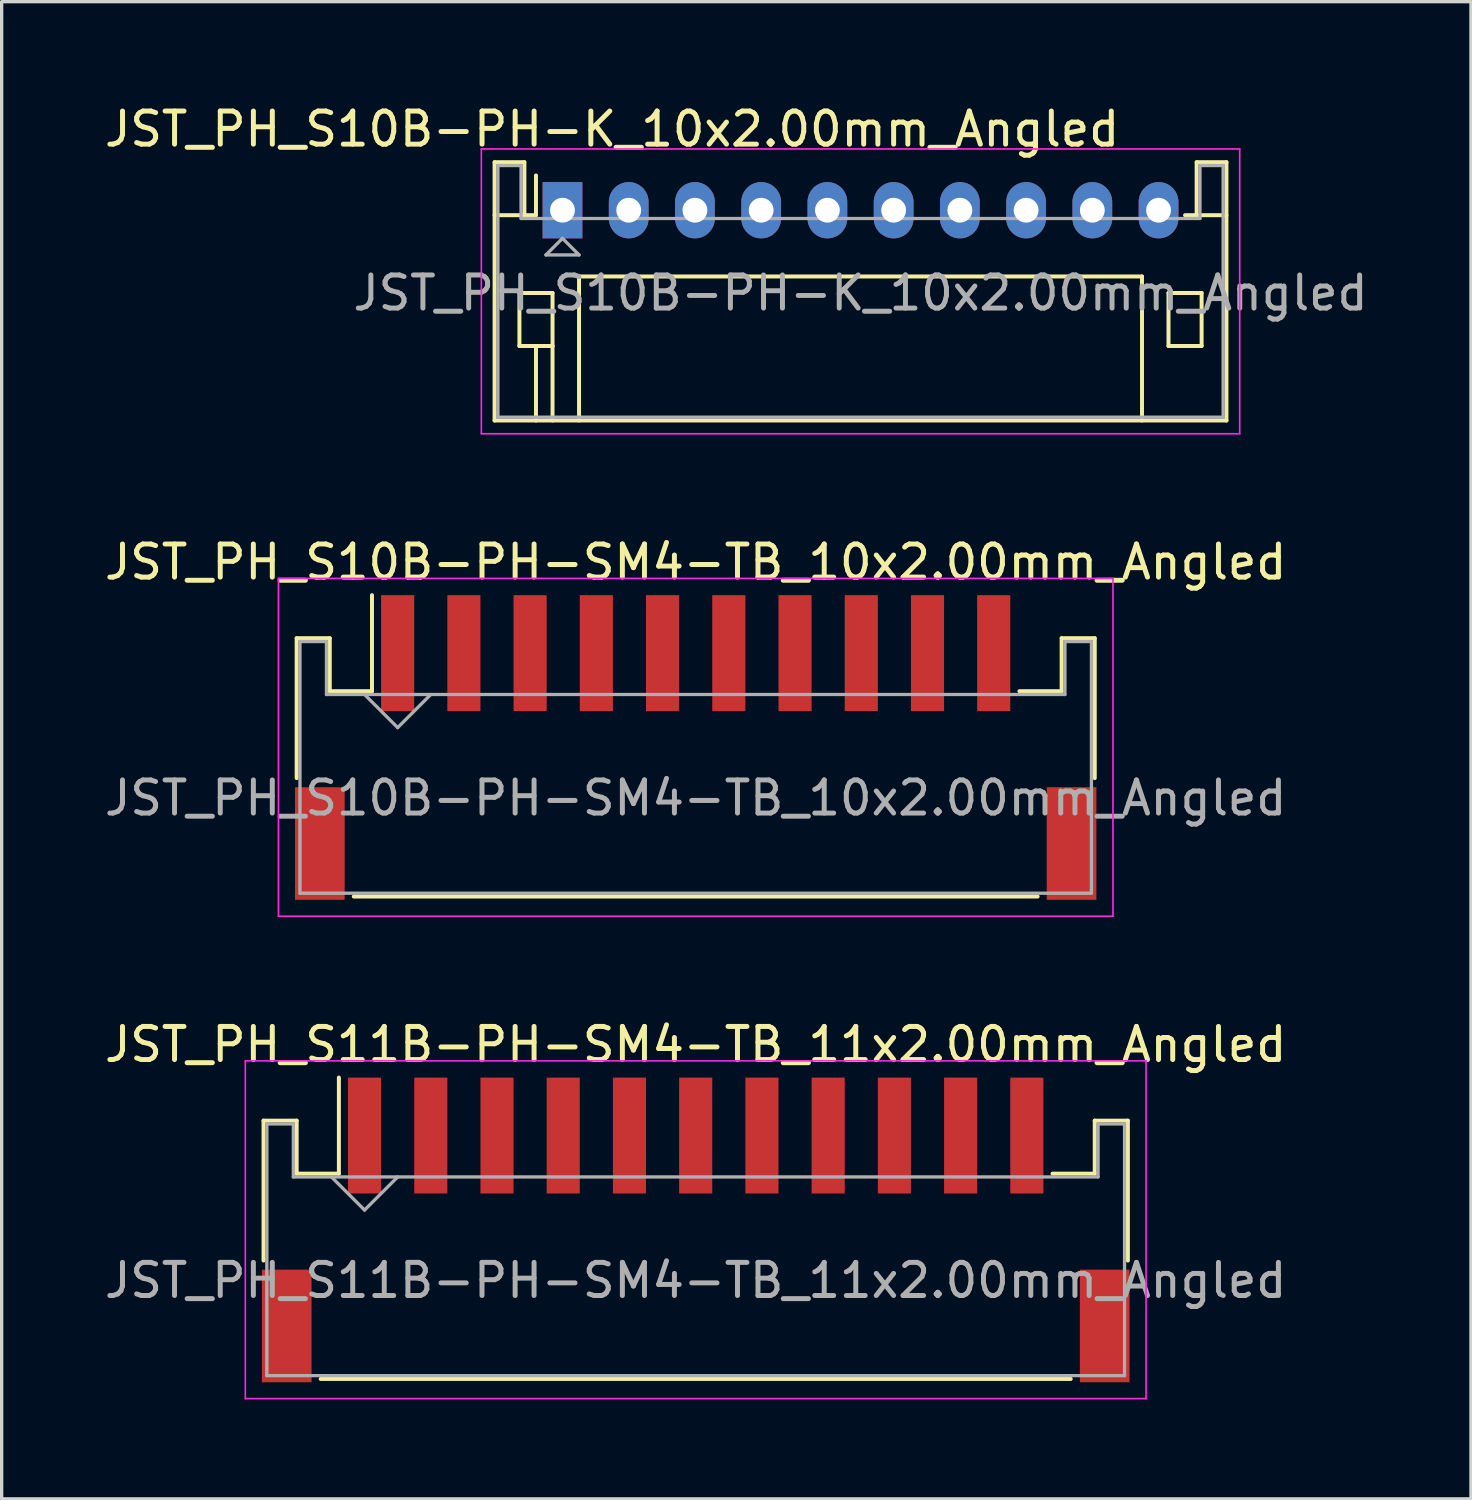
<source format=kicad_pcb>
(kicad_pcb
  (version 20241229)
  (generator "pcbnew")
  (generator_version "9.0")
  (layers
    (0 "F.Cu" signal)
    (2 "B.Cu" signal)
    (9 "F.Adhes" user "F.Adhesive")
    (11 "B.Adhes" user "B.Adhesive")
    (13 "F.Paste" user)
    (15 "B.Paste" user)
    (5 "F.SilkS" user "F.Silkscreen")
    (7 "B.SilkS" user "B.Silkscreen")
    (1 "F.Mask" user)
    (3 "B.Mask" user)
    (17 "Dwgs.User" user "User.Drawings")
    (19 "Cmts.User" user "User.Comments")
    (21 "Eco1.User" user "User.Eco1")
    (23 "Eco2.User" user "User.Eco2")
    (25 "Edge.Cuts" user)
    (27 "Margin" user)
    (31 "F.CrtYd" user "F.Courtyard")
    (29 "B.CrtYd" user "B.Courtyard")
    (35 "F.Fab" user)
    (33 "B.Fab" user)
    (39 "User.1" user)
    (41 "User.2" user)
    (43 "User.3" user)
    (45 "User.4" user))
  (footprint "JST_PH_S10B-PH-K_10x2.00mm_Angled"
    (layer "F.Cu")
    (at 13.935 3.298)
    (property "Reference" "JST_PH_S10B-PH-K_10x2.00mm_Angled" (at 1.5 -2.45 0) (layer "F.SilkS") (effects (font (size 1 1) (thickness 0.15))))
    (attr through_hole)
    (fp_line (start -2.05 -1.45) (end -2.05 6.35) (stroke (width 0.12) (type solid)) (layer "F.SilkS"))
    (fp_line (start -2.05 0.15) (end -1.15 0.15) (stroke (width 0.12) (type solid)) (layer "F.SilkS"))
    (fp_line (start -2.05 6.35) (end 20.05 6.35) (stroke (width 0.12) (type solid)) (layer "F.SilkS"))
    (fp_line (start -1.3 2.5) (end -1.3 4.1) (stroke (width 0.12) (type solid)) (layer "F.SilkS"))
    (fp_line (start -1.3 4.1) (end -0.3 4.1) (stroke (width 0.12) (type solid)) (layer "F.SilkS"))
    (fp_line (start -1.15 -1.45) (end -2.05 -1.45) (stroke (width 0.12) (type solid)) (layer "F.SilkS"))
    (fp_line (start -1.15 0.15) (end -1.15 -1.45) (stroke (width 0.12) (type solid)) (layer "F.SilkS"))
    (fp_line (start -0.8 0.15) (end -1.15 0.15) (stroke (width 0.12) (type solid)) (layer "F.SilkS"))
    (fp_line (start -0.8 0.15) (end -0.8 -1.05) (stroke (width 0.12) (type solid)) (layer "F.SilkS"))
    (fp_line (start -0.8 4.1) (end -0.8 6.35) (stroke (width 0.12) (type solid)) (layer "F.SilkS"))
    (fp_line (start -0.3 2.5) (end -1.3 2.5) (stroke (width 0.12) (type solid)) (layer "F.SilkS"))
    (fp_line (start -0.3 4.1) (end -0.3 2.5) (stroke (width 0.12) (type solid)) (layer "F.SilkS"))
    (fp_line (start -0.3 4.1) (end -0.3 6.35) (stroke (width 0.12) (type solid)) (layer "F.SilkS"))
    (fp_line (start 0.5 2) (end 17.5 2) (stroke (width 0.12) (type solid)) (layer "F.SilkS"))
    (fp_line (start 0.5 6.35) (end 0.5 2) (stroke (width 0.12) (type solid)) (layer "F.SilkS"))
    (fp_line (start 17.5 2) (end 17.5 6.35) (stroke (width 0.12) (type solid)) (layer "F.SilkS"))
    (fp_line (start 18.3 2.5) (end 19.3 2.5) (stroke (width 0.12) (type solid)) (layer "F.SilkS"))
    (fp_line (start 18.3 4.1) (end 18.3 2.5) (stroke (width 0.12) (type solid)) (layer "F.SilkS"))
    (fp_line (start 19.15 -1.45) (end 19.15 0.15) (stroke (width 0.12) (type solid)) (layer "F.SilkS"))
    (fp_line (start 19.15 0.15) (end 18.8 0.15) (stroke (width 0.12) (type solid)) (layer "F.SilkS"))
    (fp_line (start 19.3 2.5) (end 19.3 4.1) (stroke (width 0.12) (type solid)) (layer "F.SilkS"))
    (fp_line (start 19.3 4.1) (end 18.3 4.1) (stroke (width 0.12) (type solid)) (layer "F.SilkS"))
    (fp_line (start 20.05 -1.45) (end 19.15 -1.45) (stroke (width 0.12) (type solid)) (layer "F.SilkS"))
    (fp_line (start 20.05 0.15) (end 19.15 0.15) (stroke (width 0.12) (type solid)) (layer "F.SilkS"))
    (fp_line (start 20.05 6.35) (end 20.05 -1.45) (stroke (width 0.12) (type solid)) (layer "F.SilkS"))
    (fp_line (start -2.45 -1.85) (end -2.45 6.75) (stroke (width 0.05) (type solid)) (layer "F.CrtYd"))
    (fp_line (start -2.45 6.75) (end 20.45 6.75) (stroke (width 0.05) (type solid)) (layer "F.CrtYd"))
    (fp_line (start 20.45 -1.85) (end -2.45 -1.85) (stroke (width 0.05) (type solid)) (layer "F.CrtYd"))
    (fp_line (start 20.45 6.75) (end 20.45 -1.85) (stroke (width 0.05) (type solid)) (layer "F.CrtYd"))
    (fp_line (start -1.95 -1.35) (end -1.95 6.25) (stroke (width 0.1) (type solid)) (layer "F.Fab"))
    (fp_line (start -1.95 6.25) (end 19.95 6.25) (stroke (width 0.1) (type solid)) (layer "F.Fab"))
    (fp_line (start -1.25 -1.35) (end -1.95 -1.35) (stroke (width 0.1) (type solid)) (layer "F.Fab"))
    (fp_line (start -1.25 0.25) (end -1.25 -1.35) (stroke (width 0.1) (type solid)) (layer "F.Fab"))
    (fp_line (start -0.5 1.35) (end 0.5 1.35) (stroke (width 0.1) (type solid)) (layer "F.Fab"))
    (fp_line (start 0 0.85) (end -0.5 1.35) (stroke (width 0.1) (type solid)) (layer "F.Fab"))
    (fp_line (start 0.5 1.35) (end 0 0.85) (stroke (width 0.1) (type solid)) (layer "F.Fab"))
    (fp_line (start 19.25 -1.35) (end 19.25 0.25) (stroke (width 0.1) (type solid)) (layer "F.Fab"))
    (fp_line (start 19.25 0.25) (end -1.25 0.25) (stroke (width 0.1) (type solid)) (layer "F.Fab"))
    (fp_line (start 19.95 -1.35) (end 19.25 -1.35) (stroke (width 0.1) (type solid)) (layer "F.Fab"))
    (fp_line (start 19.95 6.25) (end 19.95 -1.35) (stroke (width 0.1) (type solid)) (layer "F.Fab"))
    (fp_text user "${REFERENCE}" (at 9 2.5 0) (layer "F.Fab") (effects (font (size 1 1) (thickness 0.15))))
    (pad "1" thru_hole rect (at 0 0) (size 1.2 1.7) (drill 0.75) (layers "*.Cu" "*.Mask"))
    (pad "2" thru_hole oval (at 2 0) (size 1.2 1.7) (drill 0.75) (layers "*.Cu" "*.Mask"))
    (pad "3" thru_hole oval (at 4 0) (size 1.2 1.7) (drill 0.75) (layers "*.Cu" "*.Mask"))
    (pad "4" thru_hole oval (at 6 0) (size 1.2 1.7) (drill 0.75) (layers "*.Cu" "*.Mask"))
    (pad "5" thru_hole oval (at 8 0) (size 1.2 1.7) (drill 0.75) (layers "*.Cu" "*.Mask"))
    (pad "6" thru_hole oval (at 10 0) (size 1.2 1.7) (drill 0.75) (layers "*.Cu" "*.Mask"))
    (pad "7" thru_hole oval (at 12 0) (size 1.2 1.7) (drill 0.75) (layers "*.Cu" "*.Mask"))
    (pad "8" thru_hole oval (at 14 0) (size 1.2 1.7) (drill 0.75) (layers "*.Cu" "*.Mask"))
    (pad "9" thru_hole oval (at 16 0) (size 1.2 1.7) (drill 0.75) (layers "*.Cu" "*.Mask"))
    (pad "10" thru_hole oval (at 18 0) (size 1.2 1.7) (drill 0.75) (layers "*.Cu" "*.Mask")))
  (footprint "JST_PH_S10B-PH-SM4-TB_10x2.00mm_Angled"
    (layer "F.Cu")
    (at 17.958 19.547)
    (property "Reference" "JST_PH_S10B-PH-SM4-TB_10x2.00mm_Angled" (at 0 -5.625 0) (layer "F.SilkS") (effects (font (size 1 1) (thickness 0.15))))
    (attr smd)
    (fp_line (start -12.05 -3.325) (end -12.05 0.9) (stroke (width 0.12) (type solid)) (layer "F.SilkS"))
    (fp_line (start -11.05 -3.325) (end -12.05 -3.325) (stroke (width 0.12) (type solid)) (layer "F.SilkS"))
    (fp_line (start -11.05 -1.725) (end -11.05 -3.325) (stroke (width 0.12) (type solid)) (layer "F.SilkS"))
    (fp_line (start -10.325 4.475) (end 10.325 4.475) (stroke (width 0.12) (type solid)) (layer "F.SilkS"))
    (fp_line (start -9.775 -1.725) (end -11.05 -1.725) (stroke (width 0.12) (type solid)) (layer "F.SilkS"))
    (fp_line (start -9.775 -1.725) (end -9.775 -4.625) (stroke (width 0.12) (type solid)) (layer "F.SilkS"))
    (fp_line (start 11.05 -3.325) (end 11.05 -1.725) (stroke (width 0.12) (type solid)) (layer "F.SilkS"))
    (fp_line (start 11.05 -1.725) (end 9.775 -1.725) (stroke (width 0.12) (type solid)) (layer "F.SilkS"))
    (fp_line (start 12.05 -3.325) (end 11.05 -3.325) (stroke (width 0.12) (type solid)) (layer "F.SilkS"))
    (fp_line (start 12.05 0.9) (end 12.05 -3.325) (stroke (width 0.12) (type solid)) (layer "F.SilkS"))
    (fp_line (start -12.6 -5.13) (end -12.6 5.07) (stroke (width 0.05) (type solid)) (layer "F.CrtYd"))
    (fp_line (start -12.6 5.07) (end 12.6 5.07) (stroke (width 0.05) (type solid)) (layer "F.CrtYd"))
    (fp_line (start 12.6 -5.13) (end -12.6 -5.13) (stroke (width 0.05) (type solid)) (layer "F.CrtYd"))
    (fp_line (start 12.6 5.07) (end 12.6 -5.13) (stroke (width 0.05) (type solid)) (layer "F.CrtYd"))
    (fp_line (start -11.95 -3.225) (end -11.95 4.375) (stroke (width 0.1) (type solid)) (layer "F.Fab"))
    (fp_line (start -11.95 4.375) (end 11.95 4.375) (stroke (width 0.1) (type solid)) (layer "F.Fab"))
    (fp_line (start -11.15 -3.225) (end -11.95 -3.225) (stroke (width 0.1) (type solid)) (layer "F.Fab"))
    (fp_line (start -11.15 -1.625) (end -11.15 -3.225) (stroke (width 0.1) (type solid)) (layer "F.Fab"))
    (fp_line (start -10 -1.625) (end -9 -0.625) (stroke (width 0.1) (type solid)) (layer "F.Fab"))
    (fp_line (start -9 -0.625) (end -8 -1.625) (stroke (width 0.1) (type solid)) (layer "F.Fab"))
    (fp_line (start 11.15 -3.225) (end 11.15 -1.625) (stroke (width 0.1) (type solid)) (layer "F.Fab"))
    (fp_line (start 11.15 -1.625) (end -11.15 -1.625) (stroke (width 0.1) (type solid)) (layer "F.Fab"))
    (fp_line (start 11.95 -3.225) (end 11.15 -3.225) (stroke (width 0.1) (type solid)) (layer "F.Fab"))
    (fp_line (start 11.95 4.375) (end 11.95 -3.225) (stroke (width 0.1) (type solid)) (layer "F.Fab"))
    (fp_text user "${REFERENCE}" (at 0 1.5 0) (layer "F.Fab") (effects (font (size 1 1) (thickness 0.15))))
    (pad "" smd rect (at -11.35 2.875) (size 1.5 3.4) (layers "F.Cu" "F.Mask" "F.Paste"))
    (pad "" smd rect (at 11.35 2.875) (size 1.5 3.4) (layers "F.Cu" "F.Mask" "F.Paste"))
    (pad "1" smd rect (at -9 -2.875) (size 1 3.5) (layers "F.Cu" "F.Mask" "F.Paste"))
    (pad "2" smd rect (at -7 -2.875) (size 1 3.5) (layers "F.Cu" "F.Mask" "F.Paste"))
    (pad "3" smd rect (at -5 -2.875) (size 1 3.5) (layers "F.Cu" "F.Mask" "F.Paste"))
    (pad "4" smd rect (at -3 -2.875) (size 1 3.5) (layers "F.Cu" "F.Mask" "F.Paste"))
    (pad "5" smd rect (at -1 -2.875) (size 1 3.5) (layers "F.Cu" "F.Mask" "F.Paste"))
    (pad "6" smd rect (at 1 -2.875) (size 1 3.5) (layers "F.Cu" "F.Mask" "F.Paste"))
    (pad "7" smd rect (at 3 -2.875) (size 1 3.5) (layers "F.Cu" "F.Mask" "F.Paste"))
    (pad "8" smd rect (at 5 -2.875) (size 1 3.5) (layers "F.Cu" "F.Mask" "F.Paste"))
    (pad "9" smd rect (at 7 -2.875) (size 1 3.5) (layers "F.Cu" "F.Mask" "F.Paste"))
    (pad "10" smd rect (at 9 -2.875) (size 1 3.5) (layers "F.Cu" "F.Mask" "F.Paste")))
  (footprint "JST_PH_S11B-PH-SM4-TB_11x2.00mm_Angled"
    (layer "F.Cu")
    (at 17.958 34.115)
    (property "Reference" "JST_PH_S11B-PH-SM4-TB_11x2.00mm_Angled" (at 0 -5.625 0) (layer "F.SilkS") (effects (font (size 1 1) (thickness 0.15))))
    (attr smd)
    (fp_line (start -13.05 -3.325) (end -13.05 0.9) (stroke (width 0.12) (type solid)) (layer "F.SilkS"))
    (fp_line (start -12.05 -3.325) (end -13.05 -3.325) (stroke (width 0.12) (type solid)) (layer "F.SilkS"))
    (fp_line (start -12.05 -1.725) (end -12.05 -3.325) (stroke (width 0.12) (type solid)) (layer "F.SilkS"))
    (fp_line (start -11.325 4.475) (end 11.325 4.475) (stroke (width 0.12) (type solid)) (layer "F.SilkS"))
    (fp_line (start -10.775 -1.725) (end -12.05 -1.725) (stroke (width 0.12) (type solid)) (layer "F.SilkS"))
    (fp_line (start -10.775 -1.725) (end -10.775 -4.625) (stroke (width 0.12) (type solid)) (layer "F.SilkS"))
    (fp_line (start 12.05 -3.325) (end 12.05 -1.725) (stroke (width 0.12) (type solid)) (layer "F.SilkS"))
    (fp_line (start 12.05 -1.725) (end 10.775 -1.725) (stroke (width 0.12) (type solid)) (layer "F.SilkS"))
    (fp_line (start 13.05 -3.325) (end 12.05 -3.325) (stroke (width 0.12) (type solid)) (layer "F.SilkS"))
    (fp_line (start 13.05 0.9) (end 13.05 -3.325) (stroke (width 0.12) (type solid)) (layer "F.SilkS"))
    (fp_line (start -13.6 -5.13) (end -13.6 5.07) (stroke (width 0.05) (type solid)) (layer "F.CrtYd"))
    (fp_line (start -13.6 5.07) (end 13.6 5.07) (stroke (width 0.05) (type solid)) (layer "F.CrtYd"))
    (fp_line (start 13.6 -5.13) (end -13.6 -5.13) (stroke (width 0.05) (type solid)) (layer "F.CrtYd"))
    (fp_line (start 13.6 5.07) (end 13.6 -5.13) (stroke (width 0.05) (type solid)) (layer "F.CrtYd"))
    (fp_line (start -12.95 -3.225) (end -12.95 4.375) (stroke (width 0.1) (type solid)) (layer "F.Fab"))
    (fp_line (start -12.95 4.375) (end 12.95 4.375) (stroke (width 0.1) (type solid)) (layer "F.Fab"))
    (fp_line (start -12.15 -3.225) (end -12.95 -3.225) (stroke (width 0.1) (type solid)) (layer "F.Fab"))
    (fp_line (start -12.15 -1.625) (end -12.15 -3.225) (stroke (width 0.1) (type solid)) (layer "F.Fab"))
    (fp_line (start -11 -1.625) (end -10 -0.625) (stroke (width 0.1) (type solid)) (layer "F.Fab"))
    (fp_line (start -10 -0.625) (end -9 -1.625) (stroke (width 0.1) (type solid)) (layer "F.Fab"))
    (fp_line (start 12.15 -3.225) (end 12.15 -1.625) (stroke (width 0.1) (type solid)) (layer "F.Fab"))
    (fp_line (start 12.15 -1.625) (end -12.15 -1.625) (stroke (width 0.1) (type solid)) (layer "F.Fab"))
    (fp_line (start 12.95 -3.225) (end 12.15 -3.225) (stroke (width 0.1) (type solid)) (layer "F.Fab"))
    (fp_line (start 12.95 4.375) (end 12.95 -3.225) (stroke (width 0.1) (type solid)) (layer "F.Fab"))
    (fp_text user "${REFERENCE}" (at 0 1.5 0) (layer "F.Fab") (effects (font (size 1 1) (thickness 0.15))))
    (pad "" smd rect (at -12.35 2.875) (size 1.5 3.4) (layers "F.Cu" "F.Mask" "F.Paste"))
    (pad "" smd rect (at 12.35 2.875) (size 1.5 3.4) (layers "F.Cu" "F.Mask" "F.Paste"))
    (pad "1" smd rect (at -10 -2.875) (size 1 3.5) (layers "F.Cu" "F.Mask" "F.Paste"))
    (pad "2" smd rect (at -8 -2.875) (size 1 3.5) (layers "F.Cu" "F.Mask" "F.Paste"))
    (pad "3" smd rect (at -6 -2.875) (size 1 3.5) (layers "F.Cu" "F.Mask" "F.Paste"))
    (pad "4" smd rect (at -4 -2.875) (size 1 3.5) (layers "F.Cu" "F.Mask" "F.Paste"))
    (pad "5" smd rect (at -2 -2.875) (size 1 3.5) (layers "F.Cu" "F.Mask" "F.Paste"))
    (pad "6" smd rect (at 0 -2.875) (size 1 3.5) (layers "F.Cu" "F.Mask" "F.Paste"))
    (pad "7" smd rect (at 2 -2.875) (size 1 3.5) (layers "F.Cu" "F.Mask" "F.Paste"))
    (pad "8" smd rect (at 4 -2.875) (size 1 3.5) (layers "F.Cu" "F.Mask" "F.Paste"))
    (pad "9" smd rect (at 6 -2.875) (size 1 3.5) (layers "F.Cu" "F.Mask" "F.Paste"))
    (pad "10" smd rect (at 8 -2.875) (size 1 3.5) (layers "F.Cu" "F.Mask" "F.Paste"))
    (pad "11" smd rect (at 10 -2.875) (size 1 3.5) (layers "F.Cu" "F.Mask" "F.Paste")))
  (gr_rect
    (start -3 -3)
    (end 41.369 42.21)
    (stroke (width 0.1) (type default))
    (fill no)
    (layer "Edge.Cuts")))
</source>
